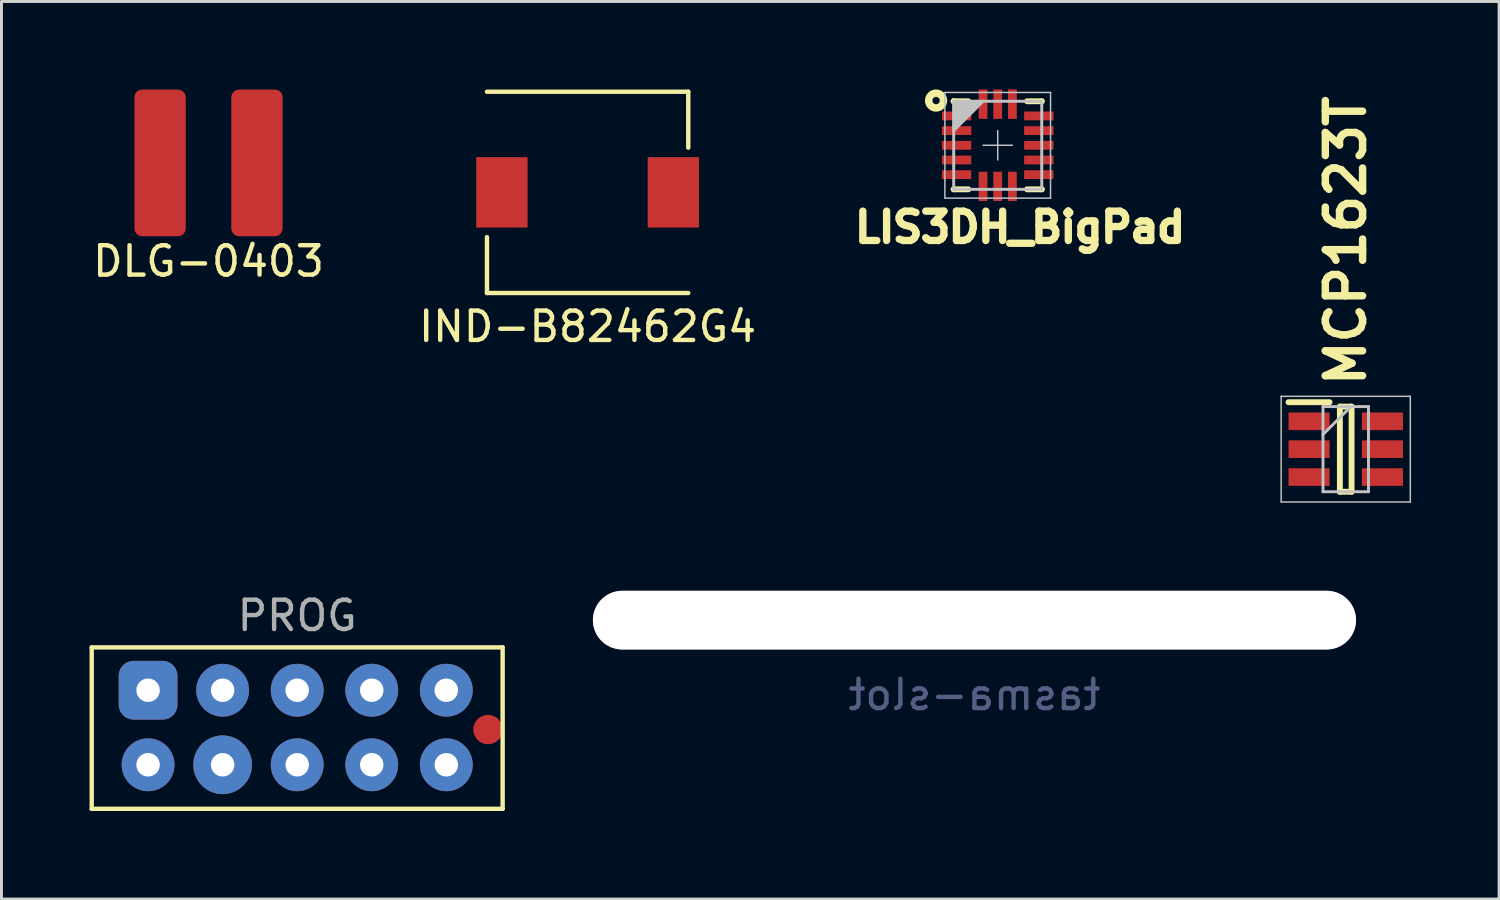
<source format=kicad_pcb>
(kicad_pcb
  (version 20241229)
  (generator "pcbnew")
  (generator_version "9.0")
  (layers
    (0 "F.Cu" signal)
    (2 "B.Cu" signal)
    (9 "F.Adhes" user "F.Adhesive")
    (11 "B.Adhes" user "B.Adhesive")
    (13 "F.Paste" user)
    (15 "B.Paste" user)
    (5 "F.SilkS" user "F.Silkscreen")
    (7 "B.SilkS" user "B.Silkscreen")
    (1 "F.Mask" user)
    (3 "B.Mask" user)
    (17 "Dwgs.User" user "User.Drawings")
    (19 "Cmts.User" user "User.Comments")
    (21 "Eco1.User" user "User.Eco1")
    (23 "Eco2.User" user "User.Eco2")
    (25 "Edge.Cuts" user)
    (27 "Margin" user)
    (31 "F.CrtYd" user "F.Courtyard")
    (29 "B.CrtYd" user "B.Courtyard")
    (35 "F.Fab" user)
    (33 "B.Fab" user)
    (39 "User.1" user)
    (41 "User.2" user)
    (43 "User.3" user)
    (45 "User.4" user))
  (footprint "LIS3DH_BigPad"
    (layer "F.Cu")
    (at 30.942 1.9)
    (property "Reference" "LIS3DH_BigPad" (at 0.762 2.794 0) (layer "F.SilkS") (effects (font (size 1 1) (thickness 0.25))))
    (attr smd)
    (fp_line (start -1.5 -1.5) (end -1.5 -1.5) (stroke (width 0.2) (type solid)) (layer "F.SilkS"))
    (fp_line (start -1.5 -1.5) (end -1.5 -1.5) (stroke (width 0.2) (type solid)) (layer "F.SilkS"))
    (fp_line (start -1.5 -1.5) (end -1 -1.5) (stroke (width 0.2) (type solid)) (layer "F.SilkS"))
    (fp_line (start -1.5 1.5) (end -1.5 1.5) (stroke (width 0.2) (type solid)) (layer "F.SilkS"))
    (fp_line (start -1.5 1.5) (end -1 1.5) (stroke (width 0.2) (type solid)) (layer "F.SilkS"))
    (fp_line (start 1.5 -1.5) (end 1 -1.5) (stroke (width 0.2) (type solid)) (layer "F.SilkS"))
    (fp_line (start 1.5 -1.5) (end 1.5 -1.5) (stroke (width 0.2) (type solid)) (layer "F.SilkS"))
    (fp_line (start 1.5 1.5) (end 1 1.5) (stroke (width 0.2) (type solid)) (layer "F.SilkS"))
    (fp_line (start 1.5 1.5) (end 1.5 1.5) (stroke (width 0.2) (type solid)) (layer "F.SilkS"))
    (fp_circle (center -2.1 -1.524) (end -2.225 -1.524) (stroke (width 0.254) (type solid)) (fill no) (layer "F.SilkS"))
    (fp_line (start -1.8 -1.8) (end 1.8 -1.8) (stroke (width 0.05) (type solid)) (layer "Dwgs.User"))
    (fp_line (start -1.8 1.8) (end -1.8 -1.8) (stroke (width 0.05) (type solid)) (layer "Dwgs.User"))
    (fp_line (start -1.55 -1.55) (end 1.55 -1.55) (stroke (width 0.001) (type solid)) (layer "Dwgs.User"))
    (fp_line (start -1.55 1.55) (end -1.55 -1.55) (stroke (width 0.001) (type solid)) (layer "Dwgs.User"))
    (fp_line (start -1.5 -1.5) (end 1.5 -1.5) (stroke (width 0.1) (type solid)) (layer "Dwgs.User"))
    (fp_line (start -1.5 1.5) (end -1.5 -1.5) (stroke (width 0.1) (type solid)) (layer "Dwgs.User"))
    (fp_line (start -1.4 -1.5) (end -1.5 -1.4) (stroke (width 0.1) (type solid)) (layer "Dwgs.User"))
    (fp_line (start -1.3 -1.5) (end -1.5 -1.3) (stroke (width 0.1) (type solid)) (layer "Dwgs.User"))
    (fp_line (start -1.2 -1.5) (end -1.5 -1.2) (stroke (width 0.1) (type solid)) (layer "Dwgs.User"))
    (fp_line (start -1.1 -1.5) (end -1.5 -1.1) (stroke (width 0.1) (type solid)) (layer "Dwgs.User"))
    (fp_line (start -1 -1.5) (end -1.5 -1) (stroke (width 0.1) (type solid)) (layer "Dwgs.User"))
    (fp_line (start -0.9 -1.5) (end -1.5 -0.9) (stroke (width 0.1) (type solid)) (layer "Dwgs.User"))
    (fp_line (start -0.8 -1.5) (end -1.5 -0.8) (stroke (width 0.1) (type solid)) (layer "Dwgs.User"))
    (fp_line (start -0.7 -1.5) (end -1.5 -0.7) (stroke (width 0.1) (type solid)) (layer "Dwgs.User"))
    (fp_line (start -0.6 -1.5) (end -1.5 -0.6) (stroke (width 0.1) (type solid)) (layer "Dwgs.User"))
    (fp_line (start -0.5 -1.5) (end -1.5 -0.5) (stroke (width 0.1) (type solid)) (layer "Dwgs.User"))
    (fp_line (start -0.5 0) (end 0.5 0) (stroke (width 0.05) (type solid)) (layer "Dwgs.User"))
    (fp_line (start 0 0.5) (end 0 -0.5) (stroke (width 0.05) (type solid)) (layer "Dwgs.User"))
    (fp_line (start 1.5 -1.5) (end 1.5 1.5) (stroke (width 0.1) (type solid)) (layer "Dwgs.User"))
    (fp_line (start 1.5 1.5) (end -1.5 1.5) (stroke (width 0.1) (type solid)) (layer "Dwgs.User"))
    (fp_line (start 1.55 -1.55) (end 1.55 1.55) (stroke (width 0.001) (type solid)) (layer "Dwgs.User"))
    (fp_line (start 1.55 1.55) (end -1.55 1.55) (stroke (width 0.001) (type solid)) (layer "Dwgs.User"))
    (fp_line (start 1.8 -1.8) (end 1.8 1.8) (stroke (width 0.05) (type solid)) (layer "Dwgs.User"))
    (fp_line (start 1.8 1.8) (end -1.8 1.8) (stroke (width 0.05) (type solid)) (layer "Dwgs.User"))
    (pad "1" smd rect (at -1.4 -1 90) (size 0.3 1) (layers "F.Cu" "F.Mask" "F.Paste"))
    (pad "2" smd rect (at -1.4 -0.5 90) (size 0.3 1) (layers "F.Cu" "F.Mask" "F.Paste"))
    (pad "3" smd rect (at -1.4 0 90) (size 0.3 1) (layers "F.Cu" "F.Mask" "F.Paste"))
    (pad "4" smd rect (at -1.4 0.5 90) (size 0.3 1) (layers "F.Cu" "F.Mask" "F.Paste"))
    (pad "5" smd rect (at -1.4 1 90) (size 0.3 1) (layers "F.Cu" "F.Mask" "F.Paste"))
    (pad "6" smd rect (at -0.5 1.4) (size 0.3 1) (layers "F.Cu" "F.Mask" "F.Paste"))
    (pad "7" smd rect (at 0 1.4) (size 0.3 1) (layers "F.Cu" "F.Mask" "F.Paste"))
    (pad "8" smd rect (at 0.5 1.4) (size 0.3 1) (layers "F.Cu" "F.Mask" "F.Paste"))
    (pad "9" smd rect (at 1.4 1 90) (size 0.3 1) (layers "F.Cu" "F.Mask" "F.Paste"))
    (pad "10" smd rect (at 1.4 0.5 90) (size 0.3 1) (layers "F.Cu" "F.Mask" "F.Paste"))
    (pad "11" smd rect (at 1.4 0 90) (size 0.3 1) (layers "F.Cu" "F.Mask" "F.Paste"))
    (pad "12" smd rect (at 1.4 -0.5 90) (size 0.3 1) (layers "F.Cu" "F.Mask" "F.Paste"))
    (pad "13" smd rect (at 1.4 -1 90) (size 0.3 1) (layers "F.Cu" "F.Mask" "F.Paste"))
    (pad "14" smd rect (at 0.5 -1.4) (size 0.3 1) (layers "F.Cu" "F.Mask" "F.Paste"))
    (pad "15" smd rect (at 0 -1.4) (size 0.3 1) (layers "F.Cu" "F.Mask" "F.Paste"))
    (pad "16" smd rect (at -0.5 -1.4) (size 0.3 1) (layers "F.Cu" "F.Mask" "F.Paste")))
  (footprint "PROG"
    (layer "F.Cu")
    (at 7.075 23.006)
    (property "Reference" "PROG" (at 0 -5.08 0) (layer "F.Fab") (effects (font (size 1 1) (thickness 0.15))))
    (attr through_hole)
    (fp_line (start -7 -4) (end 7 -4) (stroke (width 0.15) (type solid)) (layer "F.SilkS"))
    (fp_line (start -7 1.5) (end -7 -4) (stroke (width 0.15) (type solid)) (layer "F.SilkS"))
    (fp_line (start 7 -4) (end 7 1.5) (stroke (width 0.15) (type solid)) (layer "F.SilkS"))
    (fp_line (start 7 1.5) (end -7 1.5) (stroke (width 0.15) (type solid)) (layer "F.SilkS"))
    (pad "1" thru_hole roundrect (at -5.08 -2.54) (size 2 2) (drill 0.8) (layers "*.Cu" "*.Mask") (roundrect_rratio 0.25))
    (pad "2" thru_hole circle (at -5.08 0) (size 1.8 1.8) (drill 0.8) (layers "*.Cu" "*.Mask"))
    (pad "3" thru_hole circle (at -2.54 -2.54) (size 1.8 1.8) (drill 0.8) (layers "*.Cu" "*.Mask"))
    (pad "4" thru_hole circle (at -2.54 0) (size 2 2) (drill 0.8) (layers "*.Cu" "*.Mask"))
    (pad "5" thru_hole circle (at 0 -2.54) (size 1.8 1.8) (drill 0.8) (layers "*.Cu" "*.Mask"))
    (pad "6" thru_hole circle (at 0 0) (size 1.8 1.8) (drill 0.8) (layers "*.Cu" "*.Mask"))
    (pad "7" thru_hole circle (at 2.54 -2.54) (size 1.8 1.8) (drill 0.8) (layers "*.Cu" "*.Mask"))
    (pad "8" thru_hole circle (at 2.54 0) (size 1.8 1.8) (drill 0.8) (layers "*.Cu" "*.Mask"))
    (pad "9" thru_hole circle (at 5.08 -2.54) (size 1.8 1.8) (drill 0.8) (layers "*.Cu" "*.Mask"))
    (pad "10" thru_hole circle (at 5.08 0) (size 1.8 1.8) (drill 0.8) (layers "*.Cu" "*.Mask"))
    (pad "MP" connect circle (at 6.5 -1.2) (size 1 1) (layers "F.Cu" "F.Mask")))
  (footprint "tasma-slot"
    (layer "F.Cu")
    (at 30.15 18.078)
    (property "Reference" "tasma-slot" (at 0 2.54 0) (layer "B.Fab") (effects (font (size 1 1) (thickness 0.15)) (justify mirror)))
    (attr through_hole)
    (pad "1" thru_hole roundrect (at 0 0) (size 26 2) (drill oval 26 2) (layers "*.Cu" "*.Mask") (roundrect_rratio 0.5)))
  (footprint "IND-B82462G4"
    (layer "F.Cu")
    (at 16.97 3.504)
    (property "Reference" "IND-B82462G4" (at 0 4.572 0) (layer "F.SilkS") (effects (font (size 1 1) (thickness 0.15))))
    (attr through_hole)
    (fp_line (start -3.429 -3.429) (end 3.429 -3.429) (stroke (width 0.15) (type solid)) (layer "F.SilkS"))
    (fp_line (start -3.429 3.429) (end -3.429 1.524) (stroke (width 0.15) (type solid)) (layer "F.SilkS"))
    (fp_line (start 3.429 -3.429) (end 3.429 -1.524) (stroke (width 0.15) (type solid)) (layer "F.SilkS"))
    (fp_line (start 3.429 3.429) (end -3.429 3.429) (stroke (width 0.15) (type solid)) (layer "F.SilkS"))
    (pad "1" smd rect (at -2.921 0) (size 1.75 2.4) (layers "F.Cu" "F.Mask" "F.Paste"))
    (pad "2" smd rect (at 2.921 0) (size 1.75 2.4) (layers "F.Cu" "F.Mask" "F.Paste")))
  (footprint "MCP1623T"
    (layer "F.Cu")
    (at 42.799 12.253)
    (property "Reference" "MCP1623T" (at 0 -7.1 270) (layer "F.SilkS") (effects (font (size 1.27 1.27) (thickness 0.254))))
    (attr smd)
    (fp_line (start -1.95 -1.6) (end -0.55 -1.6) (stroke (width 0.2) (type solid)) (layer "F.SilkS"))
    (fp_line (start -0.2 -1.45) (end 0.2 -1.45) (stroke (width 0.2) (type solid)) (layer "F.SilkS"))
    (fp_line (start -0.2 1.45) (end -0.2 -1.45) (stroke (width 0.2) (type solid)) (layer "F.SilkS"))
    (fp_line (start 0.2 -1.45) (end 0.2 1.45) (stroke (width 0.2) (type solid)) (layer "F.SilkS"))
    (fp_line (start 0.2 1.45) (end -0.2 1.45) (stroke (width 0.2) (type solid)) (layer "F.SilkS"))
    (fp_line (start -2.2 -1.8) (end 2.2 -1.8) (stroke (width 0.05) (type solid)) (layer "Dwgs.User"))
    (fp_line (start -2.2 1.8) (end -2.2 -1.8) (stroke (width 0.05) (type solid)) (layer "Dwgs.User"))
    (fp_line (start -0.775 -1.45) (end 0.775 -1.45) (stroke (width 0.1) (type solid)) (layer "Dwgs.User"))
    (fp_line (start -0.775 -0.5) (end 0.175 -1.45) (stroke (width 0.1) (type solid)) (layer "Dwgs.User"))
    (fp_line (start -0.775 1.45) (end -0.775 -1.45) (stroke (width 0.1) (type solid)) (layer "Dwgs.User"))
    (fp_line (start 0.775 -1.45) (end 0.775 1.45) (stroke (width 0.1) (type solid)) (layer "Dwgs.User"))
    (fp_line (start 0.775 1.45) (end -0.775 1.45) (stroke (width 0.1) (type solid)) (layer "Dwgs.User"))
    (fp_line (start 2.2 -1.8) (end 2.2 1.8) (stroke (width 0.05) (type solid)) (layer "Dwgs.User"))
    (fp_line (start 2.2 1.8) (end -2.2 1.8) (stroke (width 0.05) (type solid)) (layer "Dwgs.User"))
    (pad "1" smd rect (at -1.25 -0.95 90) (size 0.6 1.4) (layers "F.Cu" "F.Mask" "F.Paste"))
    (pad "2" smd rect (at -1.25 0 90) (size 0.6 1.4) (layers "F.Cu" "F.Mask" "F.Paste"))
    (pad "3" smd rect (at -1.25 0.95 90) (size 0.6 1.4) (layers "F.Cu" "F.Mask" "F.Paste"))
    (pad "4" smd rect (at 1.25 0.95 90) (size 0.6 1.4) (layers "F.Cu" "F.Mask" "F.Paste"))
    (pad "5" smd rect (at 1.25 0 90) (size 0.6 1.4) (layers "F.Cu" "F.Mask" "F.Paste"))
    (pad "6" smd rect (at 1.25 -0.95 90) (size 0.6 1.4) (layers "F.Cu" "F.Mask" "F.Paste")))
  (footprint "DLG-0403"
    (layer "F.Cu")
    (at 4.054 2.5)
    (property "Reference" "DLG-0403" (at 0 3.35 0) (layer "F.SilkS") (effects (font (size 1 1) (thickness 0.15))))
    (attr through_hole)
    (pad "1" smd roundrect (at -1.65 0) (size 1.75 5) (layers "F.Cu" "F.Mask" "F.Paste") (roundrect_rratio 0.15))
    (pad "2" smd roundrect (at 1.65 0) (size 1.75 5) (layers "F.Cu" "F.Mask" "F.Paste") (roundrect_rratio 0.15)))
  (gr_rect
    (start -3 -3)
    (end 48.024 27.581)
    (stroke (width 0.1) (type default))
    (fill no)
    (layer "Edge.Cuts")))
</source>
